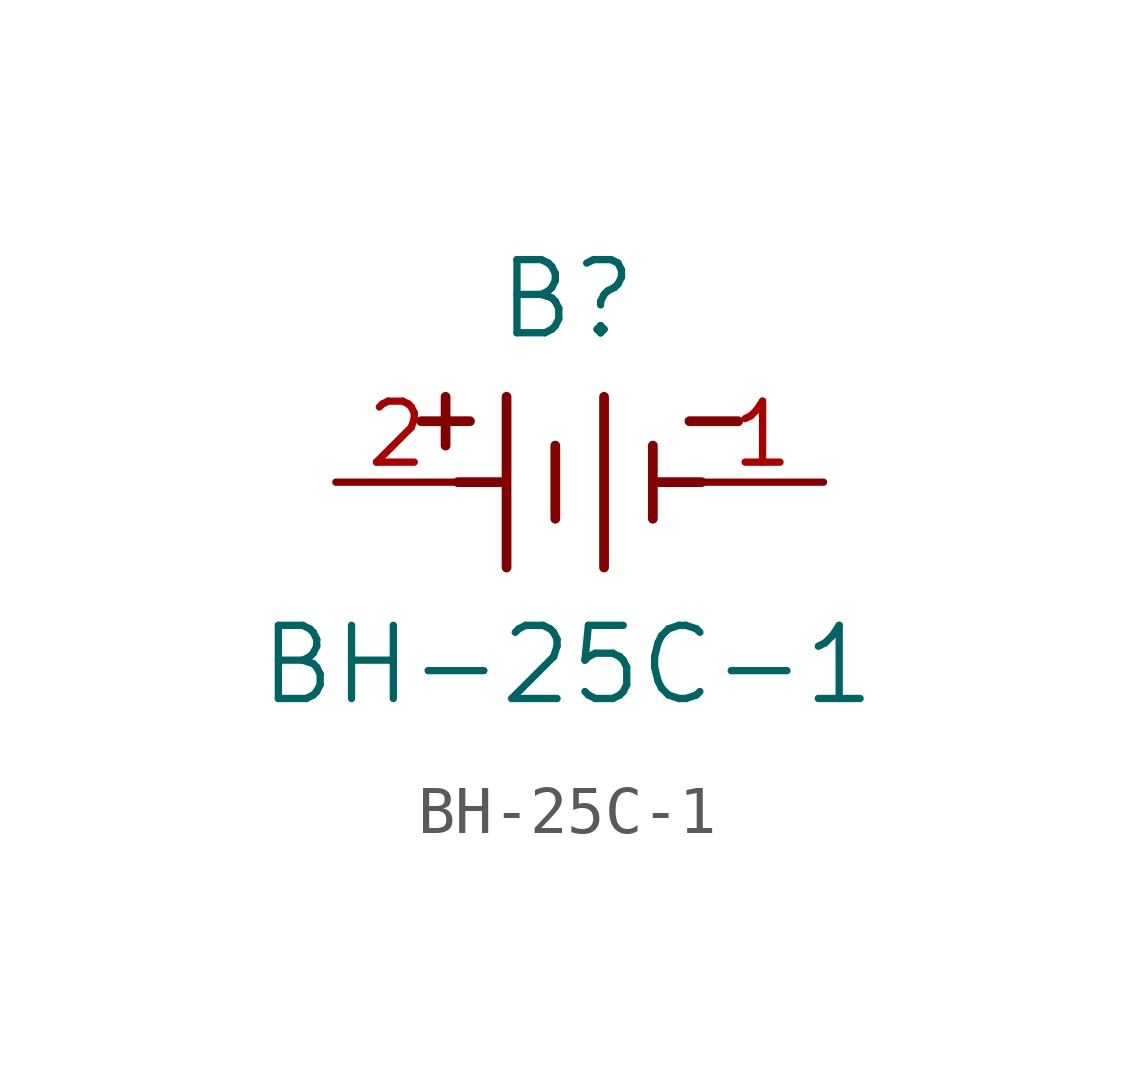
<source format=kicad_sym>
(kicad_symbol_lib
  (version 20211014)
  (generator kicad_symbol_editor)
  (symbol "BH-25C-1"
    (pin_names
      (offset 0.254))
    (property "Reference" "B"
      (at 4.826 3.81 0)
      (effects (font (size 1.524 1.524))))
    (property "Value" "BH-25C-1"
      (at 4.826 -3.81 0)
      (effects (font (size 1.524 1.524))))
    (symbol "BH-25C-1_0_1"
      (polyline (pts (xy 2.286 0.762) (xy 2.286 1.778)) (stroke (width 0.203) (type default) (color 0 0 0 0)) (fill (type none)))
      (polyline (pts (xy 6.604 0) (xy 7.62 0)) (stroke (width 0.203) (type default) (color 0 0 0 0)) (fill (type none)))
      (polyline (pts (xy 3.556 -1.778) (xy 3.556 1.778)) (stroke (width 0.203) (type default) (color 0 0 0 0)) (fill (type none)))
      (polyline (pts (xy 1.778 1.27) (xy 2.794 1.27)) (stroke (width 0.203) (type default) (color 0 0 0 0)) (fill (type none)))
      (polyline (pts (xy 2.54 0) (xy 3.48 0)) (stroke (width 0.203) (type default) (color 0 0 0 0)) (fill (type none)))
      (polyline (pts (xy 5.588 -1.778) (xy 5.588 1.778)) (stroke (width 0.203) (type default) (color 0 0 0 0)) (fill (type none)))
      (polyline (pts (xy 6.604 0.762) (xy 6.604 -0.762)) (stroke (width 0.203) (type default) (color 0 0 0 0)) (fill (type none)))
      (polyline (pts (xy 4.572 0.762) (xy 4.572 -0.762)) (stroke (width 0.203) (type default) (color 0 0 0 0)) (fill (type none)))
      (polyline (pts (xy 7.366 1.27) (xy 8.382 1.27)) (stroke (width 0.203) (type default) (color 0 0 0 0)) (fill (type none)))
      (pin unspecified line (at 10.16 0 180) (length 2.54) (name "" (effects (font (size 1.27 1.27)))) (number "1" (effects (font (size 1.27 1.27)))))
      (pin unspecified line (at 0 0 0) (length 2.54) (name "" (effects (font (size 1.27 1.27)))) (number "2" (effects (font (size 1.27 1.27))))))))
</source>
